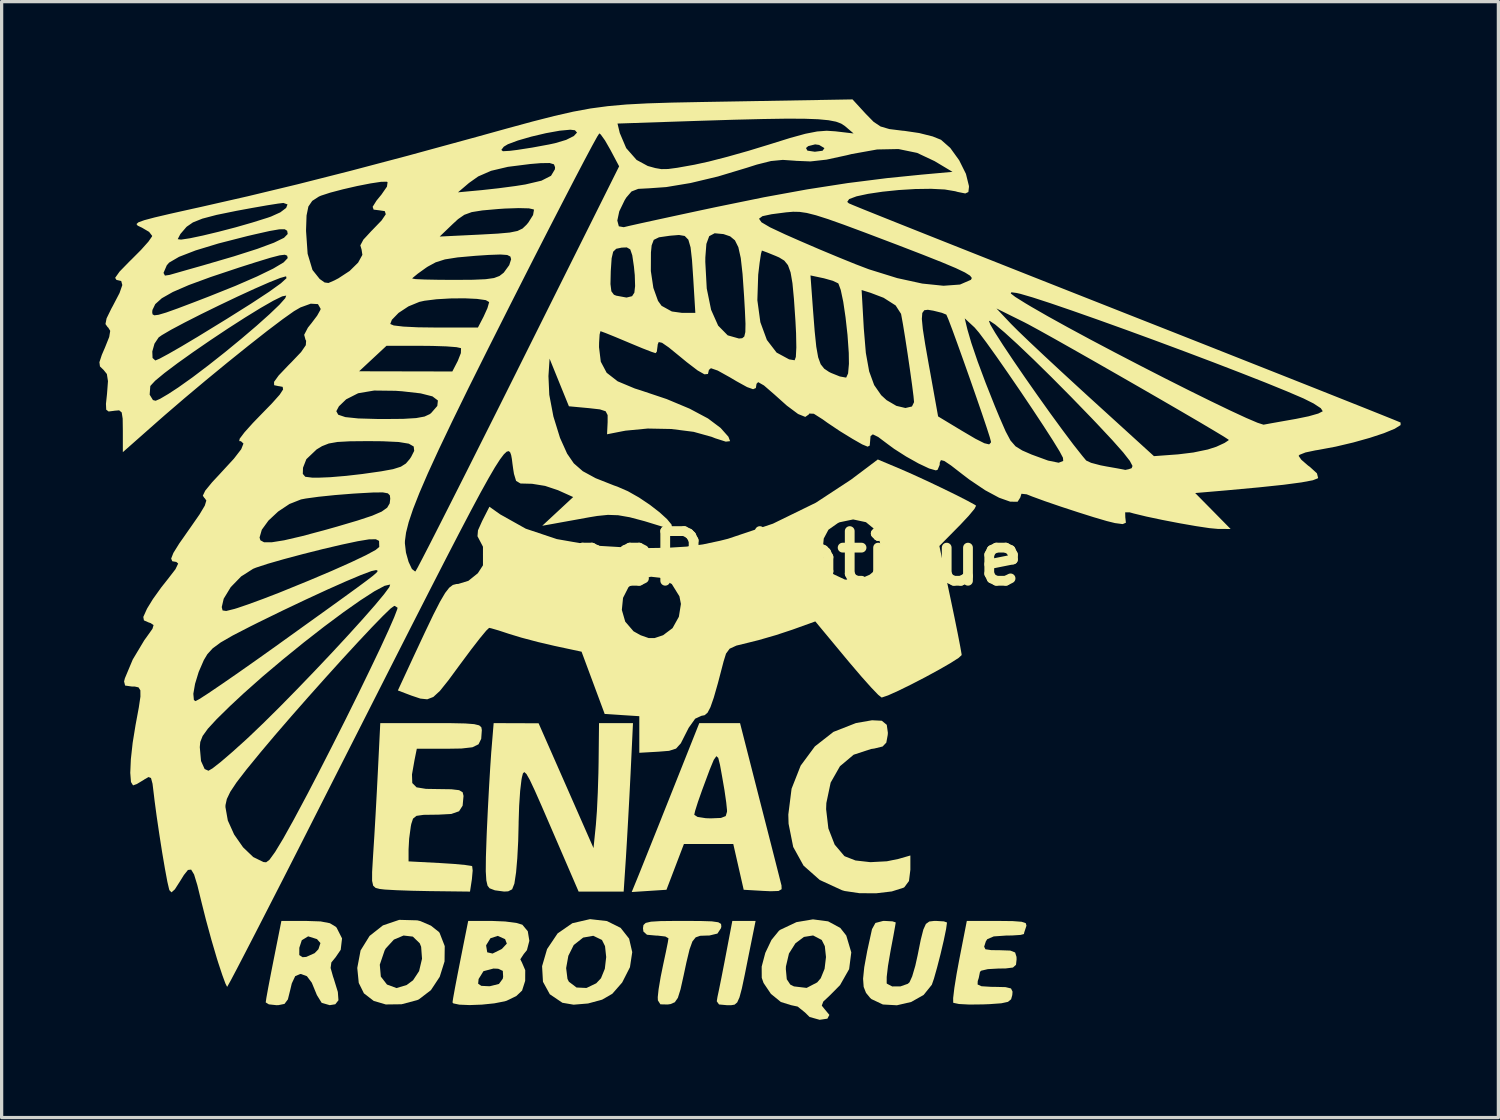
<source format=kicad_pcb>
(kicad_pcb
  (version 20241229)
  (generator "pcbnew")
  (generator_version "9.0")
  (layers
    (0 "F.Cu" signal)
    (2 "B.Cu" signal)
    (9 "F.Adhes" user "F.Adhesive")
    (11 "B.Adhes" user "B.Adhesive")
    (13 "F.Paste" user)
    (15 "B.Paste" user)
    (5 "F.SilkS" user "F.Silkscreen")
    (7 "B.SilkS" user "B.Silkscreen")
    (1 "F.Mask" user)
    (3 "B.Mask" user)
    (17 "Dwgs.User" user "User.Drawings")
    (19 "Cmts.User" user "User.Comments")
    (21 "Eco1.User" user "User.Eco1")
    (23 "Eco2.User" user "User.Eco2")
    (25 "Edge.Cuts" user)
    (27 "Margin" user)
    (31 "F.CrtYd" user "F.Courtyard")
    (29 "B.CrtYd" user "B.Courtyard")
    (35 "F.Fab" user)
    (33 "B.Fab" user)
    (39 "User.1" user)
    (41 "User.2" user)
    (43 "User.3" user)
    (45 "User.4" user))
  (footprint "EnacRobotique"
    (layer "F.Cu")
    (at 19.938 14.08)
    (property "Reference" "EnacRobotique" (at 0 0 0) (layer "F.SilkS") (effects (font (size 1.524 1.524) (thickness 0.3))))
    (attr board_only exclude_from_pos_files exclude_from_bom)
    (fp_poly (pts (xy -0.014 12.166) (xy -0.136 12.777) (xy -0.226 13.202) (xy -0.299 13.474) (xy -0.368 13.627) (xy -0.449 13.696) (xy -0.556 13.713) (xy -0.689 13.712) (xy -0.926 13.69) (xy -0.995 13.593) (xy -0.974 13.459) (xy -0.927 13.239) (xy -0.851 12.863) (xy -0.76 12.396) (xy -0.716 12.166) (xy -0.518 11.127) (xy 0.196 11.127)) (stroke (width 0) (type solid)) (fill yes) (layer "F.SilkS"))
    (fp_poly (pts (xy -4.365 11.131) (xy -3.945 11.34) (xy -3.685 11.67) (xy -3.589 12.085) (xy -3.659 12.547) (xy -3.898 13.017) (xy -4.2 13.362) (xy -4.513 13.543) (xy -4.944 13.66) (xy -5.388 13.697) (xy -5.732 13.638) (xy -6.118 13.377) (xy -6.328 12.994) (xy -6.352 12.574) (xy -5.617 12.574) (xy -5.576 12.906) (xy -5.533 12.992) (xy -5.298 13.17) (xy -4.993 13.184) (xy -4.693 13.04) (xy -4.548 12.886) (xy -4.43 12.596) (xy -4.388 12.235) (xy -4.424 11.9) (xy -4.518 11.711) (xy -4.785 11.583) (xy -5.095 11.638) (xy -5.378 11.862) (xy -5.387 11.872) (xy -5.549 12.196) (xy -5.617 12.574) (xy -6.352 12.574) (xy -6.355 12.515) (xy -6.202 11.991) (xy -5.878 11.509) (xy -5.426 11.197) (xy -4.884 11.072)) (stroke (width 0) (type solid)) (fill yes) (layer "F.SilkS"))
    (fp_poly (pts (xy -10.186 11.109) (xy -10.087 11.133) (xy -9.764 11.273) (xy -9.521 11.466) (xy -9.5 11.493) (xy -9.342 11.899) (xy -9.348 12.37) (xy -9.496 12.842) (xy -9.766 13.251) (xy -10.136 13.534) (xy -10.185 13.556) (xy -10.668 13.684) (xy -11.151 13.69) (xy -11.52 13.582) (xy -11.822 13.349) (xy -11.98 13.03) (xy -12.026 12.57) (xy -12.007 12.47) (xy -11.335 12.47) (xy -11.303 12.835) (xy -11.114 13.079) (xy -10.821 13.187) (xy -10.51 13.093) (xy -10.314 12.948) (xy -10.129 12.667) (xy -10.039 12.287) (xy -10.066 11.921) (xy -10.109 11.813) (xy -10.321 11.608) (xy -10.606 11.575) (xy -10.902 11.7) (xy -11.153 11.973) (xy -11.187 12.034) (xy -11.335 12.47) (xy -12.007 12.47) (xy -11.924 12.032) (xy -11.648 11.587) (xy -11.239 11.264) (xy -10.738 11.094)) (stroke (width 0) (type solid)) (fill yes) (layer "F.SilkS"))
    (fp_poly (pts (xy -1.497 11.129) (xy -1.148 11.14) (xy -0.949 11.168) (xy -0.864 11.219) (xy -0.855 11.301) (xy -0.867 11.351) (xy -0.975 11.515) (xy -1.221 11.574) (xy -1.309 11.576) (xy -1.504 11.583) (xy -1.642 11.631) (xy -1.743 11.757) (xy -1.83 11.999) (xy -1.926 12.397) (xy -2.01 12.791) (xy -2.107 13.226) (xy -2.189 13.487) (xy -2.283 13.622) (xy -2.413 13.678) (xy -2.501 13.691) (xy -2.725 13.686) (xy -2.802 13.565) (xy -2.806 13.466) (xy -2.78 13.222) (xy -2.717 12.847) (xy -2.641 12.475) (xy -2.559 12.091) (xy -2.499 11.797) (xy -2.477 11.66) (xy -2.573 11.605) (xy -2.814 11.577) (xy -2.866 11.576) (xy -3.137 11.551) (xy -3.246 11.453) (xy -3.259 11.351) (xy -3.245 11.253) (xy -3.176 11.188) (xy -3.013 11.15) (xy -2.718 11.132) (xy -2.251 11.127) (xy -2.034 11.127)) (stroke (width 0) (type solid)) (fill yes) (layer "F.SilkS"))
    (fp_poly (pts (xy 4.069 4.985) (xy 4.221 5.11) (xy 4.255 5.356) (xy 4.25 5.422) (xy 4.207 5.656) (xy 4.093 5.775) (xy 3.841 5.837) (xy 3.738 5.852) (xy 3.205 6.027) (xy 2.785 6.38) (xy 2.499 6.883) (xy 2.367 7.51) (xy 2.36 7.699) (xy 2.429 8.289) (xy 2.622 8.785) (xy 2.915 9.131) (xy 2.935 9.145) (xy 3.261 9.272) (xy 3.718 9.324) (xy 4.224 9.297) (xy 4.581 9.224) (xy 4.945 9.119) (xy 4.945 9.557) (xy 4.902 9.903) (xy 4.76 10.093) (xy 4.732 10.109) (xy 4.376 10.222) (xy 3.895 10.279) (xy 3.382 10.276) (xy 2.93 10.209) (xy 2.848 10.185) (xy 2.165 9.871) (xy 1.667 9.43) (xy 1.35 8.857) (xy 1.208 8.145) (xy 1.2 7.864) (xy 1.3 7.07) (xy 1.579 6.362) (xy 2.015 5.772) (xy 2.584 5.327) (xy 3.267 5.059) (xy 3.291 5.053) (xy 3.769 4.97)) (stroke (width 0) (type solid)) (fill yes) (layer "F.SilkS"))
    (fp_poly (pts (xy 2.421 11.14) (xy 2.794 11.341) (xy 2.978 11.575) (xy 3.132 12.092) (xy 3.066 12.606) (xy 2.787 13.097) (xy 2.48 13.407) (xy 2.273 13.601) (xy 2.227 13.726) (xy 2.308 13.827) (xy 2.46 14.011) (xy 2.399 14.126) (xy 2.162 14.161) (xy 1.852 14.074) (xy 1.712 13.936) (xy 1.487 13.755) (xy 1.286 13.712) (xy 0.971 13.614) (xy 0.666 13.365) (xy 0.44 13.03) (xy 0.385 12.873) (xy 0.383 12.606) (xy 1.124 12.606) (xy 1.153 12.917) (xy 1.261 13.08) (xy 1.373 13.136) (xy 1.762 13.182) (xy 2.086 13.013) (xy 2.195 12.886) (xy 2.313 12.596) (xy 2.356 12.235) (xy 2.32 11.9) (xy 2.225 11.711) (xy 1.961 11.573) (xy 1.679 11.618) (xy 1.418 11.814) (xy 1.22 12.127) (xy 1.127 12.524) (xy 1.124 12.606) (xy 0.383 12.606) (xy 0.383 12.526) (xy 0.494 12.107) (xy 0.683 11.71) (xy 0.913 11.428) (xy 0.953 11.399) (xy 1.45 11.164) (xy 1.956 11.079)) (stroke (width 0) (type solid)) (fill yes) (layer "F.SilkS"))
    (fp_poly (pts (xy 5.973 11.141) (xy 6.069 11.175) (xy 6.041 11.379) (xy 5.969 11.726) (xy 5.871 12.144) (xy 5.764 12.56) (xy 5.667 12.903) (xy 5.603 13.086) (xy 5.352 13.398) (xy 4.972 13.613) (xy 4.532 13.715) (xy 4.101 13.691) (xy 3.75 13.525) (xy 3.709 13.487) (xy 3.584 13.334) (xy 3.512 13.151) (xy 3.494 12.901) (xy 3.53 12.547) (xy 3.621 12.05) (xy 3.768 11.379) (xy 3.873 11.189) (xy 4.11 11.127) (xy 4.161 11.127) (xy 4.397 11.14) (xy 4.496 11.173) (xy 4.496 11.173) (xy 4.476 11.297) (xy 4.424 11.586) (xy 4.349 11.982) (xy 4.33 12.087) (xy 4.258 12.509) (xy 4.219 12.845) (xy 4.218 13.036) (xy 4.224 13.052) (xy 4.388 13.137) (xy 4.64 13.136) (xy 4.867 13.056) (xy 4.919 13.009) (xy 5.001 12.828) (xy 5.096 12.504) (xy 5.165 12.194) (xy 5.264 11.703) (xy 5.343 11.392) (xy 5.422 11.219) (xy 5.525 11.145) (xy 5.674 11.127) (xy 5.739 11.127)) (stroke (width 0) (type solid)) (fill yes) (layer "F.SilkS"))
    (fp_poly (pts (xy -13.151 11.142) (xy -12.867 11.197) (xy -12.689 11.304) (xy -12.661 11.332) (xy -12.493 11.663) (xy -12.534 12.012) (xy -12.69 12.241) (xy -12.821 12.401) (xy -12.844 12.57) (xy -12.768 12.84) (xy -12.751 12.887) (xy -12.622 13.306) (xy -12.603 13.561) (xy -12.7 13.684) (xy -12.871 13.712) (xy -13.118 13.64) (xy -13.265 13.402) (xy -13.421 13.023) (xy -13.571 12.823) (xy -13.748 12.757) (xy -13.776 12.756) (xy -13.93 12.821) (xy -14.035 13.045) (xy -14.08 13.234) (xy -14.155 13.535) (xy -14.259 13.673) (xy -14.446 13.711) (xy -14.505 13.712) (xy -14.739 13.687) (xy -14.835 13.627) (xy -14.815 13.489) (xy -14.759 13.179) (xy -14.676 12.746) (xy -14.595 12.335) (xy -14.563 12.175) (xy -13.805 12.175) (xy -13.703 12.24) (xy -13.591 12.231) (xy -13.334 12.116) (xy -13.217 11.994) (xy -13.156 11.806) (xy -13.262 11.685) (xy -13.533 11.6) (xy -13.728 11.719) (xy -13.804 11.951) (xy -13.805 12.175) (xy -14.563 12.175) (xy -14.354 11.127) (xy -13.601 11.127)) (stroke (width 0) (type solid)) (fill yes) (layer "F.SilkS"))
    (fp_poly (pts (xy -0.906 5.058) (xy -0.281 5.058) (xy 0.329 7.446) (xy 0.511 8.156) (xy 0.676 8.801) (xy 0.815 9.346) (xy 0.919 9.756) (xy 0.98 9.997) (xy 0.991 10.037) (xy 0.995 10.153) (xy 0.899 10.208) (xy 0.656 10.216) (xy 0.436 10.206) (xy -0.169 10.171) (xy -0.329 9.469) (xy -0.489 8.766) (xy -2.003 8.766) (xy -2.271 9.469) (xy -2.539 10.171) (xy -3.605 10.24) (xy -3.452 9.868) (xy -3.365 9.654) (xy -3.21 9.267) (xy -3.002 8.747) (xy -2.755 8.131) (xy -2.652 7.871) (xy -1.686 7.871) (xy -1.585 7.936) (xy -1.331 7.975) (xy -1.18 7.98) (xy -0.867 7.967) (xy -0.721 7.91) (xy -0.681 7.778) (xy -0.681 7.727) (xy -0.705 7.491) (xy -0.759 7.115) (xy -0.833 6.687) (xy -0.897 6.334) (xy -0.95 6.124) (xy -1.007 6.071) (xy -1.088 6.186) (xy -1.211 6.483) (xy -1.393 6.973) (xy -1.445 7.113) (xy -1.572 7.473) (xy -1.66 7.752) (xy -1.686 7.871) (xy -2.652 7.871) (xy -2.486 7.455) (xy -2.415 7.277) (xy -1.532 5.058)) (stroke (width 0) (type solid)) (fill yes) (layer "F.SilkS"))
    (fp_poly (pts (xy -3.64 6.603) (xy -3.675 7.289) (xy -3.714 8.008) (xy -3.752 8.674) (xy -3.783 9.188) (xy -3.852 10.227) (xy -5.234 10.227) (xy -6.071 8.289) (xy -6.363 7.614) (xy -6.579 7.125) (xy -6.732 6.8) (xy -6.835 6.619) (xy -6.901 6.559) (xy -6.943 6.601) (xy -6.974 6.722) (xy -6.988 6.8) (xy -7.028 7.136) (xy -7.059 7.601) (xy -7.075 8.101) (xy -7.075 8.148) (xy -7.088 8.675) (xy -7.116 9.205) (xy -7.152 9.625) (xy -7.153 9.637) (xy -7.205 9.982) (xy -7.274 10.157) (xy -7.395 10.219) (xy -7.518 10.226) (xy -7.803 10.188) (xy -7.967 10.125) (xy -8.028 10.047) (xy -8.066 9.884) (xy -8.083 9.603) (xy -8.079 9.171) (xy -8.058 8.557) (xy -8.05 8.357) (xy -8.018 7.683) (xy -7.982 7.012) (xy -7.946 6.412) (xy -7.915 5.951) (xy -7.908 5.872) (xy -7.841 5.058) (xy -7.152 5.06) (xy -6.462 5.063) (xy -5.619 6.977) (xy -4.777 8.892) (xy -4.705 8.183) (xy -4.673 7.756) (xy -4.646 7.194) (xy -4.627 6.588) (xy -4.621 6.266) (xy -4.608 5.058) (xy -3.566 5.058)) (stroke (width 0) (type solid)) (fill yes) (layer "F.SilkS"))
    (fp_poly (pts (xy 8.083 11.132) (xy 8.359 11.153) (xy 8.487 11.197) (xy 8.507 11.273) (xy 8.497 11.304) (xy 8.438 11.483) (xy 8.429 11.529) (xy 8.328 11.556) (xy 8.07 11.573) (xy 7.879 11.576) (xy 7.503 11.602) (xy 7.305 11.687) (xy 7.261 11.754) (xy 7.209 11.917) (xy 7.248 11.997) (xy 7.427 12.023) (xy 7.699 12.026) (xy 8.011 12.037) (xy 8.159 12.095) (xy 8.202 12.231) (xy 8.204 12.307) (xy 8.186 12.473) (xy 8.093 12.557) (xy 7.868 12.585) (xy 7.642 12.588) (xy 7.322 12.606) (xy 7.118 12.654) (xy 7.081 12.691) (xy 7.043 12.879) (xy 7.012 12.972) (xy 7.008 13.077) (xy 7.127 13.131) (xy 7.416 13.149) (xy 7.526 13.15) (xy 7.865 13.158) (xy 8.033 13.199) (xy 8.08 13.297) (xy 8.072 13.402) (xy 8.036 13.531) (xy 7.94 13.61) (xy 7.737 13.654) (xy 7.378 13.68) (xy 7.174 13.688) (xy 6.758 13.693) (xy 6.436 13.676) (xy 6.269 13.641) (xy 6.259 13.632) (xy 6.258 13.492) (xy 6.295 13.18) (xy 6.365 12.746) (xy 6.441 12.335) (xy 6.677 11.127) (xy 7.621 11.127)) (stroke (width 0) (type solid)) (fill yes) (layer "F.SilkS"))
    (fp_poly (pts (xy -7.486 11.144) (xy -7.139 11.19) (xy -6.961 11.243) (xy -6.794 11.443) (xy -6.746 11.737) (xy -6.82 12.023) (xy -6.917 12.142) (xy -7.023 12.304) (xy -6.973 12.403) (xy -6.872 12.638) (xy -6.874 12.966) (xy -6.969 13.264) (xy -7.148 13.433) (xy -7.442 13.575) (xy -7.503 13.594) (xy -7.821 13.656) (xy -8.202 13.695) (xy -8.58 13.709) (xy -8.894 13.696) (xy -9.079 13.657) (xy -9.104 13.627) (xy -9.083 13.489) (xy -9.027 13.179) (xy -9.003 13.053) (xy -8.317 13.053) (xy -8.22 13.119) (xy -7.982 13.131) (xy -7.952 13.129) (xy -7.679 13.061) (xy -7.562 12.902) (xy -7.55 12.84) (xy -7.56 12.66) (xy -7.702 12.594) (xy -7.847 12.588) (xy -8.154 12.669) (xy -8.303 12.91) (xy -8.317 13.053) (xy -9.003 13.053) (xy -8.944 12.746) (xy -8.863 12.335) (xy -8.774 11.886) (xy -8.072 11.886) (xy -8.038 12.09) (xy -7.874 12.128) (xy -7.606 11.996) (xy -7.58 11.977) (xy -7.437 11.823) (xy -7.49 11.686) (xy -7.49 11.686) (xy -7.714 11.586) (xy -7.939 11.658) (xy -8.069 11.869) (xy -8.072 11.886) (xy -8.774 11.886) (xy -8.622 11.127) (xy -7.9 11.127)) (stroke (width 0) (type solid)) (fill yes) (layer "F.SilkS"))
    (fp_poly (pts (xy -9.142 5.059) (xy -8.713 5.068) (xy -8.439 5.089) (xy -8.286 5.126) (xy -8.219 5.185) (xy -8.204 5.27) (xy -8.204 5.273) (xy -8.223 5.539) (xy -8.305 5.707) (xy -8.494 5.799) (xy -8.83 5.837) (xy -9.27 5.844) (xy -10.199 5.844) (xy -10.27 6.195) (xy -10.347 6.633) (xy -10.338 6.896) (xy -10.207 7.028) (xy -9.918 7.075) (xy -9.553 7.081) (xy -9.139 7.087) (xy -8.901 7.115) (xy -8.793 7.178) (xy -8.766 7.289) (xy -8.766 7.296) (xy -8.793 7.59) (xy -8.903 7.762) (xy -9.141 7.845) (xy -9.553 7.867) (xy -9.607 7.867) (xy -9.992 7.872) (xy -10.209 7.903) (xy -10.315 7.988) (xy -10.368 8.15) (xy -10.382 8.218) (xy -10.434 8.603) (xy -10.452 8.935) (xy -10.452 9.3) (xy -9.498 9.35) (xy -9.06 9.378) (xy -8.717 9.41) (xy -8.523 9.439) (xy -8.5 9.449) (xy -8.485 9.581) (xy -8.508 9.839) (xy -8.511 9.862) (xy -8.567 10.227) (xy -9.819 10.212) (xy -10.354 10.201) (xy -10.828 10.184) (xy -11.182 10.164) (xy -11.338 10.146) (xy -11.463 10.114) (xy -11.538 10.046) (xy -11.571 9.897) (xy -11.57 9.622) (xy -11.544 9.176) (xy -11.537 9.066) (xy -11.503 8.532) (xy -11.464 7.863) (xy -11.425 7.149) (xy -11.394 6.547) (xy -11.32 5.058) (xy -9.762 5.058)) (stroke (width 0) (type solid)) (fill yes) (layer "F.SilkS"))
    (fp_poly (pts (xy 4.642 -2.739) (xy 5.007 -2.579) (xy 5.445 -2.378) (xy 5.904 -2.16) (xy 6.336 -1.949) (xy 6.689 -1.769) (xy 6.913 -1.647) (xy 6.962 -1.614) (xy 6.913 -1.518) (xy 6.739 -1.308) (xy 6.475 -1.025) (xy 6.423 -0.973) (xy 5.835 -0.377) (xy 6.177 1.234) (xy 6.298 1.813) (xy 6.4 2.318) (xy 6.475 2.705) (xy 6.515 2.933) (xy 6.519 2.97) (xy 6.425 3.057) (xy 6.176 3.216) (xy 5.819 3.421) (xy 5.402 3.648) (xy 4.971 3.871) (xy 4.574 4.066) (xy 4.26 4.207) (xy 4.074 4.27) (xy 4.061 4.271) (xy 3.958 4.189) (xy 3.742 3.964) (xy 3.443 3.629) (xy 3.09 3.215) (xy 2.997 3.104) (xy 2.028 1.937) (xy 1.323 2.191) (xy 0.824 2.356) (xy 0.288 2.511) (xy -0.029 2.59) (xy -0.393 2.679) (xy -0.6 2.774) (xy -0.711 2.924) (xy -0.79 3.178) (xy -0.793 3.193) (xy -0.959 3.828) (xy -1.087 4.276) (xy -1.189 4.568) (xy -1.278 4.738) (xy -1.369 4.815) (xy -1.465 4.833) (xy -1.658 4.922) (xy -1.858 5.203) (xy -1.941 5.367) (xy -2.099 5.678) (xy -2.245 5.84) (xy -2.459 5.908) (xy -2.783 5.934) (xy -3.372 5.968) (xy -3.372 4.845) (xy -4.434 4.777) (xy -4.789 3.821) (xy -5.144 2.866) (xy -5.979 2.687) (xy -6.483 2.569) (xy -6.985 2.436) (xy -7.361 2.322) (xy -7.686 2.215) (xy -7.917 2.148) (xy -7.98 2.135) (xy -8.07 2.221) (xy -8.264 2.455) (xy -8.533 2.802) (xy -8.849 3.227) (xy -8.879 3.267) (xy -9.232 3.747) (xy -9.49 4.069) (xy -9.692 4.255) (xy -9.879 4.327) (xy -10.09 4.305) (xy -10.364 4.213) (xy -10.499 4.162) (xy -10.78 4.055) (xy -10.296 3.011) (xy -9.954 2.28) (xy -9.69 1.728) (xy -9.616 1.584) (xy -3.908 1.584) (xy -3.804 1.944) (xy -3.549 2.24) (xy -3.332 2.361) (xy -3.087 2.447) (xy -2.903 2.448) (xy -2.646 2.362) (xy -2.643 2.361) (xy -2.352 2.143) (xy -2.158 1.794) (xy -2.095 1.401) (xy -2.141 1.167) (xy -2.375 0.79) (xy -2.731 0.598) (xy -3.012 0.566) (xy -3.414 0.652) (xy -3.704 0.886) (xy -3.871 1.214) (xy -3.908 1.584) (xy -9.616 1.584) (xy -9.487 1.332) (xy -9.33 1.064) (xy -9.204 0.902) (xy -9.093 0.818) (xy -8.982 0.789) (xy -8.928 0.787) (xy -8.617 0.692) (xy -8.327 0.459) (xy -8.132 0.159) (xy -8.092 -0.03) (xy -8.128 -0.195) (xy 2.248 -0.195) (xy 2.343 0.201) (xy 2.591 0.491) (xy 2.937 0.653) (xy 3.325 0.665) (xy 3.698 0.503) (xy 3.786 0.43) (xy 3.987 0.102) (xy 4.047 -0.313) (xy 3.958 -0.721) (xy 3.877 -0.865) (xy 3.582 -1.108) (xy 3.189 -1.192) (xy 2.773 -1.105) (xy 2.719 -1.079) (xy 2.431 -0.876) (xy 2.287 -0.605) (xy 2.248 -0.195) (xy -8.128 -0.195) (xy -8.159 -0.337) (xy -8.25 -0.51) (xy -8.337 -0.676) (xy -8.322 -0.858) (xy -8.195 -1.142) (xy -8.189 -1.154) (xy -7.971 -1.582) (xy -7.643 -1.349) (xy -6.856 -0.908) (xy -5.903 -0.589) (xy -4.777 -0.392) (xy -3.468 -0.314) (xy -3.203 -0.312) (xy -2.491 -0.323) (xy -1.924 -0.358) (xy -1.419 -0.426) (xy -0.898 -0.537) (xy -0.651 -0.599) (xy 0.728 -1.062) (xy 2.046 -1.706) (xy 3.125 -2.414) (xy 3.946 -3.032)) (stroke (width 0) (type solid)) (fill yes) (layer "F.SilkS"))
    (fp_poly (pts (xy 3.58 -13.633) (xy 3.818 -13.391) (xy 4.031 -13.249) (xy 4.299 -13.17) (xy 4.702 -13.12) (xy 4.761 -13.115) (xy 5.215 -13.048) (xy 5.629 -12.944) (xy 5.885 -12.841) (xy 6.169 -12.591) (xy 6.442 -12.213) (xy 6.65 -11.795) (xy 6.742 -11.424) (xy 6.743 -11.393) (xy 6.725 -11.238) (xy 6.63 -11.194) (xy 6.396 -11.241) (xy 6.322 -11.262) (xy 6.001 -11.316) (xy 5.579 -11.337) (xy 5.094 -11.33) (xy 4.585 -11.299) (xy 4.09 -11.248) (xy 3.646 -11.182) (xy 3.293 -11.106) (xy 3.067 -11.022) (xy 3.008 -10.936) (xy 3.057 -10.891) (xy 3.188 -10.835) (xy 3.511 -10.703) (xy 4.012 -10.502) (xy 4.672 -10.238) (xy 5.478 -9.917) (xy 6.412 -9.546) (xy 7.458 -9.131) (xy 8.599 -8.679) (xy 9.821 -8.196) (xy 11.106 -7.689) (xy 11.536 -7.519) (xy 12.838 -7.006) (xy 14.081 -6.515) (xy 15.248 -6.053) (xy 16.325 -5.627) (xy 17.294 -5.243) (xy 18.139 -4.907) (xy 18.846 -4.626) (xy 19.396 -4.406) (xy 19.776 -4.253) (xy 19.967 -4.174) (xy 19.986 -4.165) (xy 19.987 -4.087) (xy 19.805 -3.974) (xy 19.477 -3.839) (xy 19.041 -3.695) (xy 18.534 -3.553) (xy 17.993 -3.425) (xy 17.454 -3.324) (xy 17.371 -3.311) (xy 17.068 -3.247) (xy 16.884 -3.174) (xy 16.858 -3.142) (xy 16.942 -3.023) (xy 17.147 -2.845) (xy 17.204 -2.804) (xy 17.42 -2.607) (xy 17.456 -2.466) (xy 17.445 -2.453) (xy 17.294 -2.394) (xy 16.947 -2.329) (xy 16.398 -2.256) (xy 15.639 -2.176) (xy 14.663 -2.086) (xy 14.457 -2.068) (xy 13.684 -2.002) (xy 14.228 -1.451) (xy 14.771 -0.899) (xy 14.382 -0.901) (xy 14.123 -0.925) (xy 13.71 -0.987) (xy 13.206 -1.075) (xy 12.677 -1.177) (xy 12.185 -1.281) (xy 11.797 -1.375) (xy 11.67 -1.411) (xy 11.536 -1.411) (xy 11.54 -1.251) (xy 11.542 -1.241) (xy 11.558 -1.091) (xy 11.459 -1.049) (xy 11.224 -1.08) (xy 10.973 -1.142) (xy 10.572 -1.26) (xy 10.081 -1.415) (xy 9.562 -1.585) (xy 9.075 -1.752) (xy 8.681 -1.896) (xy 8.513 -1.963) (xy 8.353 -1.98) (xy 8.317 -1.864) (xy 8.235 -1.735) (xy 8.009 -1.737) (xy 7.668 -1.858) (xy 7.24 -2.088) (xy 6.756 -2.414) (xy 6.541 -2.578) (xy 6.194 -2.847) (xy 5.987 -2.986) (xy 5.883 -3.012) (xy 5.847 -2.937) (xy 5.844 -2.866) (xy 5.781 -2.716) (xy 5.727 -2.697) (xy 5.52 -2.756) (xy 5.194 -2.91) (xy 4.814 -3.123) (xy 4.445 -3.359) (xy 4.255 -3.499) (xy 3.958 -3.722) (xy 3.793 -3.803) (xy 3.723 -3.748) (xy 3.709 -3.586) (xy 3.698 -3.458) (xy 3.634 -3.425) (xy 3.468 -3.494) (xy 3.175 -3.661) (xy 2.782 -3.902) (xy 2.4 -4.158) (xy 2.257 -4.261) (xy 1.983 -4.435) (xy 1.843 -4.441) (xy 1.827 -4.412) (xy 1.721 -4.338) (xy 1.5 -4.427) (xy 1.155 -4.684) (xy 0.766 -5.032) (xy 0.453 -5.303) (xy 0.275 -5.405) (xy 0.225 -5.354) (xy 0.204 -5.224) (xy 0.119 -5.188) (xy -0.065 -5.253) (xy -0.386 -5.43) (xy -0.597 -5.555) (xy -0.966 -5.76) (xy -1.174 -5.832) (xy -1.236 -5.78) (xy -1.266 -5.655) (xy -1.374 -5.645) (xy -1.582 -5.763) (xy -1.917 -6.019) (xy -2.126 -6.191) (xy -2.467 -6.469) (xy -2.674 -6.612) (xy -2.777 -6.635) (xy -2.809 -6.554) (xy -2.81 -6.528) (xy -2.835 -6.34) (xy -2.872 -6.294) (xy -2.998 -6.335) (xy -3.276 -6.443) (xy -3.649 -6.598) (xy -3.727 -6.631) (xy -4.109 -6.791) (xy -4.403 -6.91) (xy -4.555 -6.966) (xy -4.564 -6.968) (xy -4.59 -6.868) (xy -4.606 -6.615) (xy -4.608 -6.478) (xy -4.554 -6.032) (xy -4.374 -5.693) (xy -4.036 -5.43) (xy -3.511 -5.21) (xy -3.336 -5.155) (xy -2.531 -4.885) (xy -1.827 -4.59) (xy -1.264 -4.29) (xy -0.882 -4.003) (xy -0.871 -3.992) (xy -0.638 -3.73) (xy -0.586 -3.594) (xy -0.719 -3.579) (xy -1.042 -3.682) (xy -1.152 -3.726) (xy -1.706 -3.88) (xy -2.389 -3.967) (xy -3.114 -3.981) (xy -3.794 -3.916) (xy -3.895 -3.897) (xy -4.362 -3.805) (xy -4.344 -4.178) (xy -4.344 -4.394) (xy -4.405 -4.511) (xy -4.581 -4.569) (xy -4.927 -4.608) (xy -4.93 -4.608) (xy -5.532 -4.664) (xy -5.829 -5.395) (xy -6.125 -6.125) (xy -6.16 -5.59) (xy -6.134 -5.015) (xy -6.008 -4.351) (xy -5.805 -3.695) (xy -5.587 -3.211) (xy -5.382 -2.913) (xy -5.106 -2.672) (xy -4.711 -2.457) (xy -4.15 -2.235) (xy -4.046 -2.199) (xy -3.722 -2.058) (xy -3.38 -1.864) (xy -3.048 -1.641) (xy -2.752 -1.412) (xy -2.521 -1.202) (xy -2.383 -1.034) (xy -2.366 -0.933) (xy -2.497 -0.923) (xy -2.598 -0.95) (xy -3.209 -1.138) (xy -3.665 -1.259) (xy -4.021 -1.321) (xy -4.335 -1.332) (xy -4.662 -1.299) (xy -4.911 -1.258) (xy -5.356 -1.177) (xy -5.761 -1.104) (xy -6.013 -1.058) (xy -6.35 -0.998) (xy -5.876 -1.438) (xy -5.401 -1.879) (xy -5.867 -2.089) (xy -6.262 -2.221) (xy -6.663 -2.286) (xy -6.752 -2.288) (xy -7.019 -2.295) (xy -7.153 -2.375) (xy -7.218 -2.591) (xy -7.242 -2.74) (xy -7.264 -2.901) (xy -7.282 -3.047) (xy -7.304 -3.166) (xy -7.334 -3.25) (xy -7.377 -3.288) (xy -7.44 -3.272) (xy -7.528 -3.19) (xy -7.646 -3.034) (xy -7.801 -2.793) (xy -7.997 -2.457) (xy -8.241 -2.018) (xy -8.537 -1.465) (xy -8.892 -0.788) (xy -9.311 0.022) (xy -9.8 0.976) (xy -10.364 2.082) (xy -11.009 3.352) (xy -11.74 4.794) (xy -12.564 6.418) (xy -13.313 7.895) (xy -13.823 8.901) (xy -14.303 9.843) (xy -14.744 10.704) (xy -15.134 11.465) (xy -15.465 12.106) (xy -15.727 12.611) (xy -15.911 12.959) (xy -16.008 13.133) (xy -16.019 13.15) (xy -16.07 13.05) (xy -16.167 12.787) (xy -16.292 12.409) (xy -16.333 12.279) (xy -16.5 11.712) (xy -16.671 11.085) (xy -16.802 10.565) (xy -16.932 10.033) (xy -17.033 9.702) (xy -17.123 9.552) (xy -17.221 9.563) (xy -17.345 9.718) (xy -17.45 9.888) (xy -17.623 10.158) (xy -17.726 10.25) (xy -17.788 10.187) (xy -17.799 10.156) (xy -17.853 9.924) (xy -17.927 9.526) (xy -18.013 9.021) (xy -18.1 8.465) (xy -18.181 7.916) (xy -18.219 7.633) (xy -16.071 7.633) (xy -15.998 8.045) (xy -15.804 8.475) (xy -15.531 8.867) (xy -15.218 9.167) (xy -14.906 9.32) (xy -14.822 9.328) (xy -14.72 9.251) (xy -14.547 9.012) (xy -14.299 8.602) (xy -13.971 8.013) (xy -13.556 7.236) (xy -13.227 6.603) (xy -12.799 5.766) (xy -12.381 4.937) (xy -11.987 4.141) (xy -11.629 3.404) (xy -11.318 2.753) (xy -11.069 2.212) (xy -10.892 1.807) (xy -10.8 1.566) (xy -10.789 1.517) (xy -10.875 1.462) (xy -10.893 1.461) (xy -11.004 1.542) (xy -11.239 1.769) (xy -11.578 2.118) (xy -11.998 2.565) (xy -12.477 3.085) (xy -12.993 3.656) (xy -13.525 4.252) (xy -14.051 4.85) (xy -14.548 5.425) (xy -14.994 5.954) (xy -14.996 5.957) (xy -15.427 6.483) (xy -15.729 6.875) (xy -15.922 7.165) (xy -16.028 7.386) (xy -16.069 7.572) (xy -16.071 7.633) (xy -18.219 7.633) (xy -18.246 7.431) (xy -18.264 7.277) (xy -18.308 6.917) (xy -18.355 6.742) (xy -18.431 6.712) (xy -18.561 6.787) (xy -18.577 6.799) (xy -18.79 6.927) (xy -18.906 6.968) (xy -18.969 6.865) (xy -18.991 6.584) (xy -18.973 6.167) (xy -18.932 5.794) (xy -16.858 5.794) (xy -16.82 6.22) (xy -16.709 6.466) (xy -16.592 6.519) (xy -16.467 6.446) (xy -16.212 6.246) (xy -15.864 5.947) (xy -15.455 5.579) (xy -15.347 5.479) (xy -14.903 5.054) (xy -14.404 4.56) (xy -13.874 4.02) (xy -13.332 3.457) (xy -12.8 2.894) (xy -12.3 2.354) (xy -11.852 1.859) (xy -11.479 1.434) (xy -11.202 1.101) (xy -11.042 0.884) (xy -11.016 0.805) (xy -11.188 0.845) (xy -11.503 1.014) (xy -11.934 1.293) (xy -12.456 1.66) (xy -13.043 2.097) (xy -13.668 2.584) (xy -14.306 3.102) (xy -14.931 3.629) (xy -15.516 4.148) (xy -15.924 4.528) (xy -16.338 4.934) (xy -16.61 5.229) (xy -16.77 5.451) (xy -16.843 5.636) (xy -16.858 5.794) (xy -18.932 5.794) (xy -18.917 5.658) (xy -18.826 5.099) (xy -18.825 5.096) (xy -18.729 4.579) (xy -18.679 4.244) (xy -18.68 4.158) (xy -17.056 4.158) (xy -17.039 4.348) (xy -16.991 4.383) (xy -16.872 4.32) (xy -16.596 4.142) (xy -16.189 3.866) (xy -15.674 3.51) (xy -15.077 3.09) (xy -14.422 2.624) (xy -14.422 2.623) (xy -13.589 2.025) (xy -12.92 1.545) (xy -12.4 1.17) (xy -12.009 0.886) (xy -11.732 0.681) (xy -11.55 0.541) (xy -11.447 0.452) (xy -11.404 0.402) (xy -11.405 0.378) (xy -11.432 0.366) (xy -11.447 0.361) (xy -11.593 0.393) (xy -11.91 0.512) (xy -12.371 0.706) (xy -12.944 0.961) (xy -13.602 1.265) (xy -14.316 1.604) (xy -15.055 1.965) (xy -15.311 2.093) (xy -15.845 2.368) (xy -16.216 2.582) (xy -16.462 2.763) (xy -16.625 2.942) (xy -16.734 3.124) (xy -16.892 3.488) (xy -17.003 3.852) (xy -17.056 4.158) (xy -18.68 4.158) (xy -18.681 4.051) (xy -18.738 3.961) (xy -18.854 3.935) (xy -18.945 3.934) (xy -19.149 3.905) (xy -19.181 3.779) (xy -19.156 3.681) (xy -18.915 3.106) (xy -18.561 2.515) (xy -18.475 2.396) (xy -18.31 2.164) (xy -18.276 2.049) (xy -18.366 1.989) (xy -18.431 1.967) (xy -18.572 1.905) (xy -18.591 1.8) (xy -18.493 1.581) (xy -18.472 1.538) (xy -18.447 1.497) (xy -16.184 1.497) (xy -16.159 1.6) (xy -16.048 1.617) (xy -15.794 1.554) (xy -15.706 1.527) (xy -15.372 1.413) (xy -14.916 1.246) (xy -14.428 1.058) (xy -14.33 1.018) (xy -13.525 0.69) (xy -12.812 0.388) (xy -12.215 0.122) (xy -11.757 -0.096) (xy -11.462 -0.256) (xy -11.352 -0.347) (xy -11.351 -0.349) (xy -11.355 -0.463) (xy -10.565 -0.463) (xy -10.532 -0.176) (xy -10.451 0.111) (xy -10.349 0.328) (xy -10.252 0.404) (xy -10.239 0.399) (xy -10.178 0.293) (xy -10.026 0.003) (xy -9.791 -0.453) (xy -9.483 -1.058) (xy -9.109 -1.796) (xy -8.679 -2.647) (xy -8.202 -3.597) (xy -7.686 -4.625) (xy -7.14 -5.717) (xy -7.081 -5.836) (xy -5.795 -8.413) (xy -4.257 -8.413) (xy -4.229 -8.192) (xy -4.151 -8.087) (xy -4.079 -8.058) (xy -3.764 -8) (xy -3.594 -8.042) (xy -3.524 -8.15) (xy -3.501 -8.352) (xy -3.511 -8.688) (xy -3.524 -8.814) (xy -3.018 -8.814) (xy -2.941 -8.297) (xy -2.798 -7.898) (xy -2.689 -7.747) (xy -2.374 -7.573) (xy -2.063 -7.53) (xy -1.653 -7.53) (xy -1.716 -8.57) (xy -1.751 -9.091) (xy -1.347 -9.091) (xy -1.303 -8.279) (xy -1.169 -7.624) (xy -0.953 -7.139) (xy -0.66 -6.841) (xy -0.314 -6.743) (xy -0.214 -6.753) (xy -0.151 -6.805) (xy -0.119 -6.94) (xy -0.114 -7.195) (xy -0.132 -7.607) (xy -0.15 -7.919) (xy 0.25 -7.919) (xy 0.342 -7.244) (xy 0.542 -6.7) (xy 0.84 -6.312) (xy 1.226 -6.103) (xy 1.394 -6.076) (xy 1.431 -6.178) (xy 1.446 -6.468) (xy 1.438 -6.906) (xy 1.419 -7.277) (xy 1.373 -7.952) (xy 1.327 -8.439) (xy 1.286 -8.679) (xy 1.88 -8.679) (xy 1.957 -7.627) (xy 2.009 -6.965) (xy 2.058 -6.491) (xy 2.116 -6.166) (xy 2.193 -5.954) (xy 2.301 -5.818) (xy 2.448 -5.719) (xy 2.512 -5.687) (xy 2.78 -5.579) (xy 2.966 -5.545) (xy 2.978 -5.548) (xy 3.034 -5.672) (xy 3.06 -5.966) (xy 3.055 -6.304) (xy 3.016 -6.855) (xy 2.956 -7.393) (xy 2.886 -7.868) (xy 2.81 -8.229) (xy 2.81 -8.231) (xy 3.449 -8.231) (xy 3.516 -7.051) (xy 3.579 -6.3) (xy 3.681 -5.734) (xy 3.834 -5.315) (xy 4.05 -5.004) (xy 4.216 -4.852) (xy 4.515 -4.677) (xy 4.794 -4.611) (xy 4.994 -4.658) (xy 5.058 -4.791) (xy 5.041 -4.974) (xy 4.997 -5.321) (xy 4.934 -5.773) (xy 4.861 -6.272) (xy 4.786 -6.76) (xy 4.718 -7.178) (xy 4.688 -7.344) (xy 5.297 -7.344) (xy 5.327 -7.033) (xy 5.4 -6.566) (xy 5.515 -5.913) (xy 5.546 -5.745) (xy 5.796 -4.353) (xy 6.515 -3.919) (xy 6.943 -3.667) (xy 7.215 -3.53) (xy 7.363 -3.495) (xy 7.416 -3.551) (xy 7.418 -3.58) (xy 7.382 -3.714) (xy 7.285 -4.016) (xy 7.141 -4.444) (xy 6.964 -4.957) (xy 6.77 -5.513) (xy 6.573 -6.069) (xy 6.388 -6.585) (xy 6.23 -7.019) (xy 6.112 -7.329) (xy 6.098 -7.362) (xy 6.613 -7.362) (xy 6.694 -7.024) (xy 6.815 -6.609) (xy 7.008 -6.042) (xy 7.255 -5.38) (xy 7.535 -4.675) (xy 7.678 -4.33) (xy 7.868 -3.894) (xy 8.017 -3.614) (xy 8.172 -3.436) (xy 8.378 -3.308) (xy 8.665 -3.183) (xy 9.17 -2.998) (xy 9.495 -2.932) (xy 9.635 -2.986) (xy 9.627 -3.085) (xy 9.525 -3.278) (xy 9.317 -3.617) (xy 9.029 -4.064) (xy 8.687 -4.582) (xy 8.316 -5.134) (xy 7.941 -5.681) (xy 7.588 -6.188) (xy 7.282 -6.615) (xy 7.048 -6.927) (xy 6.916 -7.081) (xy 6.699 -7.282) (xy 7.357 -7.282) (xy 7.397 -7.173) (xy 7.549 -6.915) (xy 7.791 -6.537) (xy 8.103 -6.07) (xy 8.462 -5.546) (xy 8.848 -4.995) (xy 9.238 -4.448) (xy 9.612 -3.936) (xy 9.947 -3.489) (xy 10.224 -3.139) (xy 10.341 -2.999) (xy 10.491 -2.929) (xy 10.783 -2.852) (xy 10.971 -2.816) (xy 11.29 -2.76) (xy 11.497 -2.721) (xy 11.539 -2.711) (xy 11.643 -2.733) (xy 11.735 -2.765) (xy 11.761 -2.833) (xy 11.679 -2.988) (xy 11.476 -3.248) (xy 11.14 -3.627) (xy 10.659 -4.141) (xy 10.497 -4.311) (xy 9.87 -4.958) (xy 9.271 -5.562) (xy 8.719 -6.104) (xy 8.234 -6.566) (xy 7.837 -6.928) (xy 7.547 -7.173) (xy 7.383 -7.282) (xy 7.357 -7.282) (xy 6.699 -7.282) (xy 6.613 -7.362) (xy 6.098 -7.362) (xy 6.05 -7.473) (xy 6.047 -7.477) (xy 5.912 -7.532) (xy 5.655 -7.596) (xy 5.639 -7.599) (xy 5.481 -7.625) (xy 5.372 -7.611) (xy 5.311 -7.527) (xy 5.297 -7.344) (xy 4.688 -7.344) (xy 4.665 -7.469) (xy 4.659 -7.5) (xy 4.552 -7.666) (xy 7.586 -7.666) (xy 8.036 -7.19) (xy 8.249 -6.977) (xy 8.599 -6.641) (xy 9.054 -6.213) (xy 9.585 -5.72) (xy 10.16 -5.191) (xy 10.452 -4.924) (xy 12.419 -3.134) (xy 13.163 -3.189) (xy 13.628 -3.246) (xy 14.071 -3.338) (xy 14.332 -3.422) (xy 14.585 -3.539) (xy 14.71 -3.622) (xy 14.712 -3.637) (xy 14.57 -3.73) (xy 14.261 -3.916) (xy 13.816 -4.18) (xy 13.265 -4.502) (xy 12.636 -4.867) (xy 11.96 -5.257) (xy 11.265 -5.656) (xy 10.583 -6.046) (xy 9.942 -6.41) (xy 9.372 -6.732) (xy 8.903 -6.993) (xy 8.564 -7.178) (xy 8.429 -7.248) (xy 7.586 -7.666) (xy 4.552 -7.666) (xy 4.493 -7.758) (xy 4.124 -7.993) (xy 3.775 -8.126) (xy 8.025 -8.126) (xy 8.164 -8.019) (xy 8.476 -7.824) (xy 8.654 -7.718) (xy 9.162 -7.426) (xy 9.776 -7.086) (xy 10.469 -6.712) (xy 11.215 -6.318) (xy 11.985 -5.918) (xy 12.752 -5.525) (xy 13.489 -5.154) (xy 14.17 -4.818) (xy 14.766 -4.531) (xy 15.251 -4.306) (xy 15.598 -4.158) (xy 15.778 -4.1) (xy 15.791 -4.101) (xy 16.014 -4.142) (xy 16.378 -4.207) (xy 16.776 -4.277) (xy 17.166 -4.357) (xy 17.461 -4.441) (xy 17.598 -4.511) (xy 17.599 -4.511) (xy 17.538 -4.605) (xy 17.317 -4.75) (xy 17.007 -4.905) (xy 16.498 -5.123) (xy 15.848 -5.388) (xy 15.087 -5.687) (xy 14.247 -6.011) (xy 13.358 -6.347) (xy 12.45 -6.685) (xy 11.554 -7.013) (xy 10.7 -7.32) (xy 9.919 -7.595) (xy 9.242 -7.827) (xy 8.698 -8.004) (xy 8.318 -8.115) (xy 8.204 -8.141) (xy 8.044 -8.162) (xy 8.025 -8.126) (xy 3.775 -8.126) (xy 3.719 -8.147) (xy 3.449 -8.231) (xy 2.81 -8.231) (xy 2.739 -8.424) (xy 2.729 -8.437) (xy 2.567 -8.514) (xy 2.29 -8.592) (xy 2.26 -8.598) (xy 1.88 -8.679) (xy 1.286 -8.679) (xy 1.269 -8.774) (xy 1.189 -8.994) (xy 1.076 -9.134) (xy 0.918 -9.231) (xy 0.815 -9.276) (xy 0.554 -9.382) (xy 0.401 -9.438) (xy 0.389 -9.441) (xy 0.361 -9.339) (xy 0.32 -9.071) (xy 0.276 -8.702) (xy 0.25 -7.919) (xy -0.15 -7.919) (xy -0.157 -8.041) (xy -0.204 -8.722) (xy -0.259 -9.212) (xy -0.333 -9.545) (xy -0.438 -9.756) (xy -0.585 -9.878) (xy -0.785 -9.946) (xy -0.794 -9.948) (xy -1.06 -9.973) (xy -1.227 -9.884) (xy -1.314 -9.647) (xy -1.346 -9.23) (xy -1.347 -9.091) (xy -1.751 -9.091) (xy -1.755 -9.15) (xy -1.799 -9.54) (xy -1.867 -9.775) (xy -1.979 -9.89) (xy -2.154 -9.92) (xy -2.412 -9.899) (xy -2.448 -9.895) (xy -2.768 -9.849) (xy -2.929 -9.77) (xy -2.993 -9.602) (xy -3.015 -9.385) (xy -3.018 -8.814) (xy -3.524 -8.814) (xy -3.536 -8.943) (xy -3.588 -9.297) (xy -3.65 -9.478) (xy -3.756 -9.539) (xy -3.914 -9.532) (xy -4.08 -9.497) (xy -4.174 -9.407) (xy -4.221 -9.205) (xy -4.246 -8.838) (xy -4.248 -8.804) (xy -4.257 -8.413) (xy -5.795 -8.413) (xy -4.821 -10.363) (xy -4.047 -10.363) (xy -4 -10.186) (xy -3.849 -10.159) (xy -3.687 -10.198) (xy -3.339 -10.276) (xy -2.836 -10.386) (xy -2.684 -10.419) (xy 0.301 -10.419) (xy 0.376 -10.31) (xy 0.64 -10.155) (xy 1.1 -9.939) (xy 1.558 -9.737) (xy 2.154 -9.48) (xy 2.739 -9.236) (xy 3.251 -9.028) (xy 3.63 -8.883) (xy 3.679 -8.865) (xy 4.541 -8.597) (xy 5.31 -8.429) (xy 5.961 -8.362) (xy 6.467 -8.399) (xy 6.802 -8.544) (xy 6.804 -8.545) (xy 6.831 -8.601) (xy 6.776 -8.672) (xy 6.619 -8.77) (xy 6.338 -8.904) (xy 5.912 -9.083) (xy 5.322 -9.317) (xy 4.545 -9.617) (xy 4.36 -9.687) (xy 3.543 -9.997) (xy 2.906 -10.234) (xy 2.418 -10.407) (xy 2.048 -10.525) (xy 1.767 -10.596) (xy 1.543 -10.629) (xy 1.347 -10.633) (xy 1.148 -10.616) (xy 1.134 -10.615) (xy 0.687 -10.557) (xy 0.406 -10.497) (xy 0.301 -10.419) (xy -2.684 -10.419) (xy -2.213 -10.521) (xy -1.502 -10.674) (xy -1.012 -10.778) (xy 0.46 -11.079) (xy 1.782 -11.32) (xy 3.018 -11.512) (xy 4.231 -11.665) (xy 5.282 -11.771) (xy 6.238 -11.857) (xy 5.688 -12.186) (xy 5.151 -12.439) (xy 4.579 -12.557) (xy 3.926 -12.544) (xy 3.141 -12.403) (xy 2.996 -12.367) (xy 2.373 -12.232) (xy 1.879 -12.177) (xy 1.437 -12.195) (xy 1.411 -12.198) (xy 1.032 -12.224) (xy 0.668 -12.189) (xy 0.234 -12.08) (xy -0.077 -11.981) (xy -0.959 -11.715) (xy -1.801 -11.514) (xy -2.546 -11.39) (xy -3.064 -11.353) (xy -3.405 -11.335) (xy -3.611 -11.255) (xy -3.77 -11.07) (xy -3.822 -10.986) (xy -3.987 -10.645) (xy -4.047 -10.363) (xy -4.821 -10.363) (xy -3.991 -12.027) (xy -4.259 -12.532) (xy -4.424 -12.82) (xy -4.555 -13.003) (xy -4.599 -13.037) (xy -4.662 -12.94) (xy -4.817 -12.66) (xy -5.053 -12.217) (xy -5.361 -11.629) (xy -5.731 -10.914) (xy -6.155 -10.091) (xy -6.621 -9.18) (xy -7.12 -8.197) (xy -7.33 -7.783) (xy -8.021 -6.411) (xy -8.614 -5.222) (xy -9.113 -4.201) (xy -9.526 -3.335) (xy -9.86 -2.607) (xy -10.12 -2.004) (xy -10.314 -1.51) (xy -10.448 -1.11) (xy -10.529 -0.789) (xy -10.563 -0.534) (xy -10.565 -0.463) (xy -11.355 -0.463) (xy -11.357 -0.534) (xy -11.456 -0.584) (xy -11.666 -0.581) (xy -12.015 -0.523) (xy -12.508 -0.418) (xy -13.087 -0.282) (xy -13.695 -0.129) (xy -14.276 0.026) (xy -14.774 0.169) (xy -15.131 0.286) (xy -15.222 0.323) (xy -15.589 0.557) (xy -15.908 0.885) (xy -16.124 1.24) (xy -16.184 1.497) (xy -18.447 1.497) (xy -18.296 1.251) (xy -18.038 0.891) (xy -17.844 0.646) (xy -17.604 0.335) (xy -17.521 0.162) (xy -17.578 0.112) (xy -17.702 0.091) (xy -17.736 0.009) (xy -17.669 -0.163) (xy -17.488 -0.454) (xy -17.36 -0.636) (xy -15.024 -0.636) (xy -14.998 -0.552) (xy -14.887 -0.492) (xy -14.651 -0.491) (xy -14.269 -0.552) (xy -13.723 -0.679) (xy -12.992 -0.875) (xy -12.651 -0.971) (xy -12.018 -1.158) (xy -11.57 -1.306) (xy -11.278 -1.432) (xy -11.109 -1.552) (xy -11.031 -1.684) (xy -11.014 -1.829) (xy -11.026 -1.931) (xy -11.087 -1.993) (xy -11.238 -2.021) (xy -11.519 -2.02) (xy -11.971 -1.995) (xy -12.166 -1.983) (xy -12.706 -1.94) (xy -13.211 -1.888) (xy -13.606 -1.834) (xy -13.752 -1.806) (xy -14.106 -1.666) (xy -14.453 -1.435) (xy -14.751 -1.157) (xy -14.955 -0.876) (xy -15.024 -0.636) (xy -17.36 -0.636) (xy -17.182 -0.891) (xy -17.15 -0.936) (xy -16.864 -1.348) (xy -16.704 -1.616) (xy -16.657 -1.772) (xy -16.708 -1.846) (xy -16.716 -1.849) (xy -16.765 -1.921) (xy -16.691 -2.075) (xy -16.478 -2.335) (xy -16.24 -2.59) (xy -13.697 -2.59) (xy -13.621 -2.501) (xy -13.406 -2.474) (xy -13.221 -2.473) (xy -12.854 -2.488) (xy -12.367 -2.529) (xy -11.862 -2.587) (xy -11.837 -2.591) (xy -11.293 -2.668) (xy -10.926 -2.735) (xy -10.688 -2.81) (xy -10.534 -2.908) (xy -10.416 -3.046) (xy -10.374 -3.109) (xy -10.279 -3.296) (xy -10.294 -3.43) (xy -10.445 -3.517) (xy -10.756 -3.568) (xy -11.25 -3.591) (xy -11.7 -3.595) (xy -12.251 -3.59) (xy -12.633 -3.569) (xy -12.9 -3.522) (xy -13.106 -3.441) (xy -13.273 -3.34) (xy -13.588 -3.041) (xy -13.691 -2.778) (xy -13.697 -2.59) (xy -16.24 -2.59) (xy -16.2 -2.634) (xy -15.812 -3.055) (xy -15.587 -3.346) (xy -15.518 -3.52) (xy -15.595 -3.592) (xy -15.647 -3.596) (xy -15.634 -3.669) (xy -15.486 -3.865) (xy -15.231 -4.149) (xy -15.029 -4.358) (xy -14.878 -4.513) (xy -12.669 -4.513) (xy -12.61 -4.405) (xy -12.392 -4.332) (xy -11.996 -4.291) (xy -11.401 -4.274) (xy -11.192 -4.273) (xy -10.615 -4.278) (xy -10.219 -4.302) (xy -9.962 -4.349) (xy -9.8 -4.424) (xy -9.759 -4.457) (xy -9.57 -4.674) (xy -9.552 -4.842) (xy -9.719 -4.968) (xy -10.081 -5.06) (xy -10.653 -5.125) (xy -10.851 -5.139) (xy -11.508 -5.147) (xy -11.999 -5.064) (xy -12.367 -4.877) (xy -12.589 -4.663) (xy -12.669 -4.513) (xy -14.878 -4.513) (xy -14.643 -4.754) (xy -14.406 -5.02) (xy -14.302 -5.18) (xy -14.315 -5.26) (xy -14.431 -5.282) (xy -14.442 -5.282) (xy -14.577 -5.311) (xy -14.579 -5.413) (xy -14.437 -5.61) (xy -14.315 -5.738) (xy -11.969 -5.738) (xy -10.539 -5.735) (xy -9.109 -5.732) (xy -8.942 -6.055) (xy -8.847 -6.296) (xy -8.842 -6.444) (xy -8.846 -6.448) (xy -8.982 -6.478) (xy -9.29 -6.502) (xy -9.719 -6.516) (xy -10.023 -6.519) (xy -11.13 -6.519) (xy -11.969 -5.738) (xy -14.315 -5.738) (xy -14.138 -5.924) (xy -14.052 -6.01) (xy -13.75 -6.327) (xy -13.605 -6.538) (xy -13.595 -6.675) (xy -13.614 -6.706) (xy -13.655 -6.857) (xy -13.541 -7.076) (xy -13.451 -7.189) (xy -11.014 -7.189) (xy -10.908 -7.144) (xy -10.611 -7.109) (xy -10.159 -7.087) (xy -9.668 -7.081) (xy -8.323 -7.081) (xy -8.151 -7.412) (xy -8.032 -7.675) (xy -7.98 -7.857) (xy -7.98 -7.862) (xy -8.082 -7.921) (xy -8.352 -7.959) (xy -8.731 -7.977) (xy -9.164 -7.973) (xy -9.594 -7.948) (xy -9.964 -7.902) (xy -10.121 -7.867) (xy -10.456 -7.729) (xy -10.759 -7.529) (xy -10.964 -7.318) (xy -11.014 -7.189) (xy -13.451 -7.189) (xy -13.442 -7.199) (xy -13.257 -7.444) (xy -13.156 -7.625) (xy -13.15 -7.655) (xy -13.232 -7.799) (xy -13.453 -7.812) (xy -13.769 -7.697) (xy -13.967 -7.582) (xy -14.314 -7.336) (xy -14.794 -6.973) (xy -15.371 -6.519) (xy -16.009 -6.006) (xy -16.672 -5.461) (xy -17.324 -4.914) (xy -17.928 -4.395) (xy -18.123 -4.224) (xy -19.219 -3.256) (xy -19.219 -3.916) (xy -19.224 -4.284) (xy -19.254 -4.475) (xy -19.332 -4.54) (xy -19.48 -4.527) (xy -19.496 -4.524) (xy -19.655 -4.504) (xy -19.729 -4.559) (xy -19.737 -4.739) (xy -19.707 -5.02) (xy -18.396 -5.02) (xy -18.295 -4.855) (xy -18.213 -4.833) (xy -18.078 -4.892) (xy -17.818 -5.045) (xy -17.517 -5.242) (xy -17.078 -5.554) (xy -16.59 -5.924) (xy -16.08 -6.327) (xy -15.579 -6.739) (xy -15.114 -7.135) (xy -14.716 -7.491) (xy -14.414 -7.78) (xy -14.236 -7.98) (xy -14.205 -8.061) (xy -14.329 -8.037) (xy -14.603 -7.903) (xy -14.992 -7.68) (xy -15.465 -7.389) (xy -15.989 -7.053) (xy -16.531 -6.692) (xy -17.058 -6.33) (xy -17.539 -5.987) (xy -17.939 -5.686) (xy -18.227 -5.448) (xy -18.369 -5.295) (xy -18.377 -5.279) (xy -18.396 -5.02) (xy -19.707 -5.02) (xy -19.703 -5.062) (xy -19.675 -5.435) (xy -19.709 -5.654) (xy -19.815 -5.786) (xy -19.82 -5.789) (xy -19.921 -5.887) (xy -19.938 -6.016) (xy -19.864 -6.241) (xy -19.819 -6.346) (xy -18.315 -6.346) (xy -18.307 -6.146) (xy -18.222 -6.069) (xy -18.093 -6.124) (xy -17.813 -6.275) (xy -17.424 -6.498) (xy -16.967 -6.771) (xy -16.957 -6.776) (xy -16.021 -7.35) (xy -15.28 -7.816) (xy -14.731 -8.177) (xy -14.371 -8.436) (xy -14.198 -8.593) (xy -14.209 -8.65) (xy -14.217 -8.65) (xy -14.391 -8.601) (xy -14.724 -8.469) (xy -15.173 -8.272) (xy -15.698 -8.031) (xy -16.258 -7.764) (xy -16.812 -7.493) (xy -17.318 -7.236) (xy -17.736 -7.014) (xy -18.023 -6.846) (xy -18.12 -6.777) (xy -18.248 -6.585) (xy -18.315 -6.346) (xy -19.819 -6.346) (xy -19.769 -6.461) (xy -19.637 -6.791) (xy -19.606 -6.979) (xy -19.669 -7.081) (xy -19.685 -7.092) (xy -19.752 -7.187) (xy -19.718 -7.361) (xy -19.625 -7.551) (xy -18.318 -7.551) (xy -18.307 -7.485) (xy -18.252 -7.455) (xy -18.124 -7.471) (xy -17.893 -7.539) (xy -17.532 -7.668) (xy -17.01 -7.866) (xy -16.565 -8.038) (xy -15.761 -8.36) (xy -15.102 -8.647) (xy -14.604 -8.889) (xy -14.285 -9.079) (xy -14.162 -9.209) (xy -14.161 -9.218) (xy -14.178 -9.286) (xy -14.249 -9.314) (xy -14.408 -9.295) (xy -14.686 -9.223) (xy -15.116 -9.092) (xy -15.652 -8.921) (xy -16.521 -8.631) (xy -17.191 -8.385) (xy -17.685 -8.171) (xy -18.023 -7.979) (xy -18.224 -7.799) (xy -18.311 -7.619) (xy -18.318 -7.551) (xy -19.625 -7.551) (xy -19.571 -7.662) (xy -19.528 -7.74) (xy -19.32 -8.139) (xy -19.235 -8.384) (xy -19.269 -8.508) (xy -19.415 -8.542) (xy -19.455 -8.605) (xy -19.348 -8.756) (xy -17.971 -8.756) (xy -17.927 -8.674) (xy -17.786 -8.695) (xy -17.586 -8.752) (xy -17.24 -8.851) (xy -16.816 -8.971) (xy -16.746 -8.991) (xy -15.813 -9.264) (xy -15.093 -9.494) (xy -14.583 -9.683) (xy -14.274 -9.833) (xy -14.162 -9.948) (xy -14.161 -9.956) (xy -14.175 -10.038) (xy -13.597 -10.038) (xy -13.549 -9.343) (xy -13.4 -8.847) (xy -13.179 -8.57) (xy -13.028 -8.463) (xy -12.91 -8.447) (xy -12.728 -8.526) (xy -12.619 -8.583) (xy -10.34 -8.583) (xy -10.235 -8.566) (xy -9.949 -8.553) (xy -9.528 -8.545) (xy -9.047 -8.542) (xy -8.477 -8.546) (xy -8.087 -8.563) (xy -7.831 -8.599) (xy -7.663 -8.662) (xy -7.54 -8.757) (xy -7.53 -8.766) (xy -7.363 -8.995) (xy -7.305 -9.175) (xy -7.328 -9.258) (xy -7.424 -9.306) (xy -7.633 -9.321) (xy -7.994 -9.308) (xy -8.401 -9.281) (xy -8.95 -9.232) (xy -9.336 -9.171) (xy -9.62 -9.081) (xy -9.864 -8.949) (xy -9.918 -8.913) (xy -10.17 -8.732) (xy -10.321 -8.608) (xy -10.34 -8.583) (xy -12.619 -8.583) (xy -12.61 -8.587) (xy -12.26 -8.816) (xy -12 -9.072) (xy -11.869 -9.31) (xy -11.894 -9.474) (xy -11.932 -9.601) (xy -11.838 -9.778) (xy -11.75 -9.872) (xy -9.497 -9.872) (xy -8.261 -9.932) (xy -7.716 -9.962) (xy -7.348 -9.995) (xy -7.111 -10.043) (xy -6.955 -10.118) (xy -6.834 -10.233) (xy -6.775 -10.304) (xy -6.632 -10.532) (xy -6.604 -10.69) (xy -6.614 -10.705) (xy -6.759 -10.737) (xy -7.072 -10.745) (xy -7.495 -10.731) (xy -7.7 -10.717) (xy -8.187 -10.674) (xy -8.513 -10.622) (xy -8.741 -10.539) (xy -8.934 -10.406) (xy -9.097 -10.256) (xy -9.497 -9.872) (xy -11.75 -9.872) (xy -11.589 -10.047) (xy -11.573 -10.062) (xy -11.278 -10.368) (xy -11.151 -10.556) (xy -11.182 -10.652) (xy -11.351 -10.677) (xy -11.524 -10.698) (xy -11.554 -10.785) (xy -11.435 -10.975) (xy -11.282 -11.162) (xy -11.236 -11.229) (xy -8.935 -11.229) (xy -8.204 -11.297) (xy -7.696 -11.353) (xy -7.166 -11.423) (xy -6.868 -11.47) (xy -6.375 -11.586) (xy -6.081 -11.736) (xy -5.962 -11.935) (xy -5.957 -11.999) (xy -5.991 -12.088) (xy -6.124 -12.128) (xy -6.401 -12.124) (xy -6.715 -12.098) (xy -7.404 -12.011) (xy -7.92 -11.889) (xy -8.316 -11.716) (xy -8.598 -11.516) (xy -8.935 -11.229) (xy -11.236 -11.229) (xy -11.115 -11.403) (xy -11.096 -11.54) (xy -11.117 -11.554) (xy -11.291 -11.552) (xy -11.617 -11.503) (xy -12.03 -11.422) (xy -12.464 -11.322) (xy -12.856 -11.219) (xy -13.141 -11.126) (xy -13.206 -11.097) (xy -13.408 -10.966) (xy -13.526 -10.793) (xy -13.582 -10.519) (xy -13.597 -10.086) (xy -13.597 -10.038) (xy -14.175 -10.038) (xy -14.177 -10.049) (xy -14.251 -10.096) (xy -14.418 -10.094) (xy -14.717 -10.042) (xy -15.183 -9.937) (xy -15.397 -9.887) (xy -16.284 -9.66) (xy -16.987 -9.446) (xy -17.496 -9.249) (xy -17.799 -9.072) (xy -17.871 -8.989) (xy -17.971 -8.756) (xy -19.348 -8.756) (xy -19.318 -8.798) (xy -19.002 -9.122) (xy -18.965 -9.157) (xy -18.662 -9.461) (xy -18.435 -9.715) (xy -18.382 -9.791) (xy -17.533 -9.791) (xy -17.432 -9.778) (xy -17.161 -9.819) (xy -16.762 -9.903) (xy -16.279 -10.019) (xy -15.758 -10.155) (xy -15.242 -10.303) (xy -14.774 -10.45) (xy -14.673 -10.485) (xy -14.388 -10.614) (xy -14.208 -10.75) (xy -14.166 -10.858) (xy -14.292 -10.903) (xy -14.457 -10.883) (xy -14.793 -10.83) (xy -15.249 -10.75) (xy -15.728 -10.662) (xy -16.344 -10.536) (xy -16.777 -10.422) (xy -17.068 -10.306) (xy -17.258 -10.175) (xy -17.273 -10.16) (xy -17.453 -9.95) (xy -17.533 -9.796) (xy -17.533 -9.791) (xy -18.382 -9.791) (xy -18.324 -9.874) (xy -18.319 -9.893) (xy -18.413 -10.015) (xy -18.639 -10.148) (xy -18.661 -10.157) (xy -18.766 -10.208) (xy -18.8 -10.256) (xy -18.74 -10.309) (xy -18.561 -10.374) (xy -18.241 -10.459) (xy -17.755 -10.573) (xy -17.08 -10.724) (xy -16.834 -10.778) (xy -15.376 -11.11) (xy -13.856 -11.476) (xy -12.236 -11.887) (xy -10.48 -12.351) (xy -9.826 -12.53) (xy -7.606 -12.53) (xy -7.557 -12.49) (xy -7.344 -12.502) (xy -7.127 -12.529) (xy -6.656 -12.602) (xy -6.142 -12.697) (xy -5.956 -12.737) (xy -5.617 -12.838) (xy -5.383 -12.955) (xy -5.283 -13.062) (xy -5.347 -13.134) (xy -5.49 -13.15) (xy -5.815 -13.12) (xy -6.236 -13.044) (xy -6.686 -12.938) (xy -7.098 -12.819) (xy -7.406 -12.704) (xy -7.53 -12.629) (xy -7.606 -12.53) (xy -9.826 -12.53) (xy -8.552 -12.878) (xy -8.373 -12.927) (xy -7.428 -13.189) (xy -6.877 -13.339) (xy -4.041 -13.339) (xy -3.971 -13.048) (xy -3.774 -12.585) (xy -3.455 -12.223) (xy -3.112 -12.037) (xy -2.88 -11.973) (xy -2.694 -11.941) (xy -2.491 -11.944) (xy -2.206 -11.982) (xy -1.775 -12.059) (xy -1.686 -12.075) (xy -1.246 -12.171) (xy -0.668 -12.32) (xy -0.026 -12.501) (xy 0.258 -12.588) (xy 1.742 -12.588) (xy 1.786 -12.508) (xy 2.006 -12.475) (xy 2.023 -12.475) (xy 2.251 -12.505) (xy 2.307 -12.582) (xy 2.304 -12.588) (xy 2.145 -12.683) (xy 2.023 -12.7) (xy 1.811 -12.647) (xy 1.742 -12.588) (xy 0.258 -12.588) (xy 0.606 -12.694) (xy 0.618 -12.698) (xy 1.253 -12.896) (xy 1.725 -13.026) (xy 2.084 -13.096) (xy 2.376 -13.118) (xy 2.641 -13.101) (xy 3.203 -13.035) (xy 2.938 -13.261) (xy 2.823 -13.337) (xy 2.663 -13.397) (xy 2.435 -13.441) (xy 2.119 -13.471) (xy 1.691 -13.487) (xy 1.131 -13.489) (xy 0.417 -13.478) (xy -0.473 -13.456) (xy -1.562 -13.422) (xy -1.834 -13.413) (xy -4.041 -13.339) (xy -6.877 -13.339) (xy -6.645 -13.402) (xy -5.983 -13.571) (xy -5.404 -13.703) (xy -4.869 -13.802) (xy -4.337 -13.873) (xy -3.77 -13.924) (xy -3.129 -13.958) (xy -2.374 -13.982) (xy -1.465 -14) (xy -0.579 -14.015) (xy 3.17 -14.08)) (stroke (width 0) (type solid)) (fill yes) (layer "F.SilkS")))
  (gr_rect
    (start -3 -3)
    (end 42.925 31.241)
    (stroke (width 0.1) (type default))
    (fill no)
    (layer "Edge.Cuts")))
</source>
